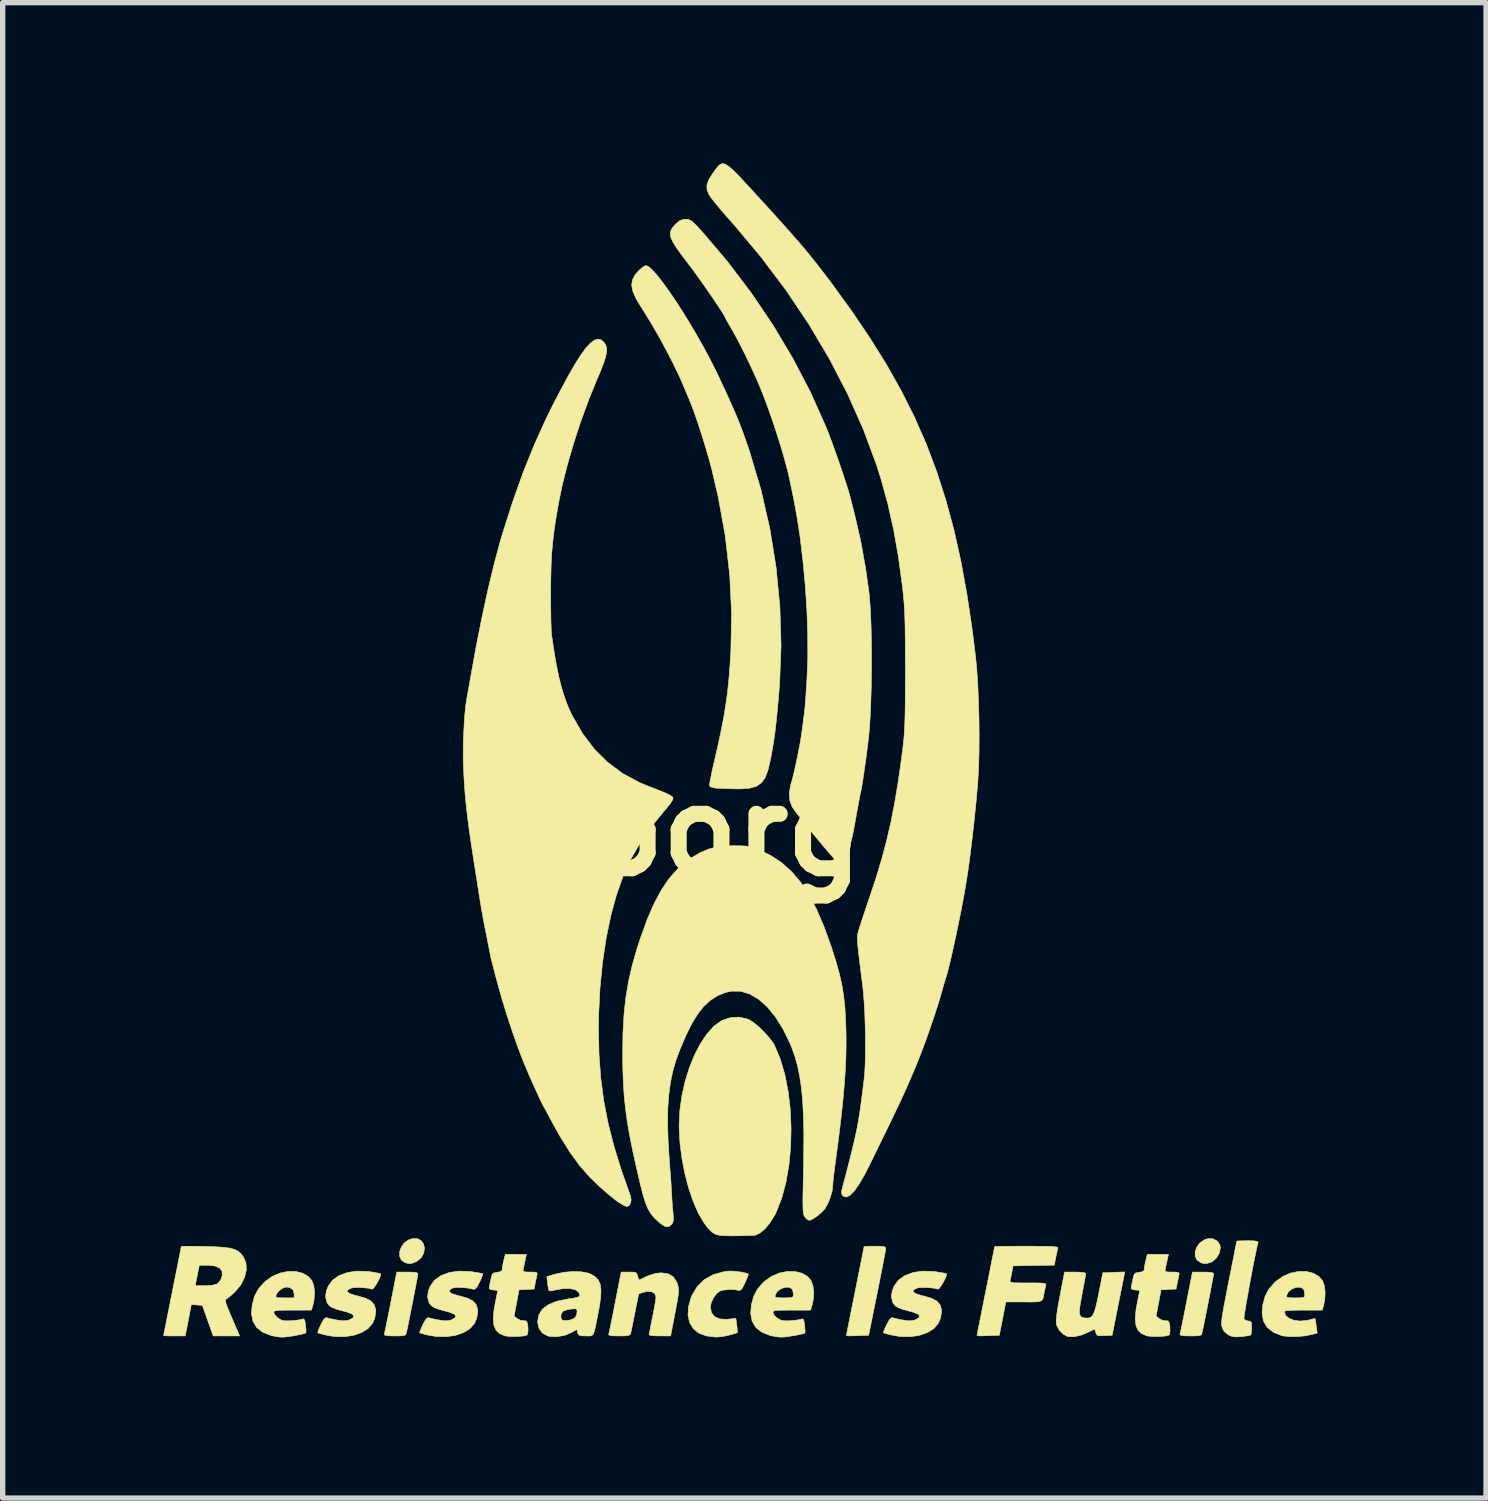
<source format=kicad_pcb>
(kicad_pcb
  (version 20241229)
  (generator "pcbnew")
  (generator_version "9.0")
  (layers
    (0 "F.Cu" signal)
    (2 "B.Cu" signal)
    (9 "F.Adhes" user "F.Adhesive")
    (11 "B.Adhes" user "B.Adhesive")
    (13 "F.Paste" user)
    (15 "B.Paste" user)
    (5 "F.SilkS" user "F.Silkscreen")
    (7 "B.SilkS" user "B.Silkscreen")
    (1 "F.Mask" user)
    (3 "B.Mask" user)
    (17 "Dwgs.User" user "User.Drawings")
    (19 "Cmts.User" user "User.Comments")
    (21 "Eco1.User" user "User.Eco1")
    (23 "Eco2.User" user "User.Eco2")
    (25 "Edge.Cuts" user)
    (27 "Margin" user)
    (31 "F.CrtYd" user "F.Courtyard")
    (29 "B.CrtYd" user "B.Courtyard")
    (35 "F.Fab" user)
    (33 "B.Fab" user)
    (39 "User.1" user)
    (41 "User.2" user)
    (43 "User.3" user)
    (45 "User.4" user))
  (footprint "borg"
    (layer "F.Cu")
    (at 10.495 12.475)
    (property "Reference" "borg" (at 0 0 0) (layer "F.SilkS") (effects (font (size 1.524 1.524) (thickness 0.3))))
    (attr through_hole)
    (fp_poly (pts (xy -5.745 7.608) (xy -5.676 7.646) (xy -5.633 7.71) (xy -5.618 7.79) (xy -5.632 7.875) (xy -5.675 7.956) (xy -5.751 8.022) (xy -5.781 8.039) (xy -5.86 8.069) (xy -5.923 8.071) (xy -5.986 8.052) (xy -6.052 8.003) (xy -6.083 7.932) (xy -6.081 7.848) (xy -6.051 7.763) (xy -5.996 7.687) (xy -5.918 7.63) (xy -5.839 7.604) (xy -5.745 7.608)) (stroke (width 0.01) (type solid)) (fill yes) (layer "F.SilkS"))
    (fp_poly (pts (xy 9.113 7.61) (xy 9.189 7.653) (xy 9.236 7.723) (xy 9.246 7.778) (xy 9.225 7.876) (xy 9.171 7.967) (xy 9.097 8.034) (xy 9.063 8.05) (xy 8.99 8.071) (xy 8.935 8.072) (xy 8.873 8.052) (xy 8.805 8.002) (xy 8.774 7.931) (xy 8.775 7.848) (xy 8.805 7.763) (xy 8.861 7.687) (xy 8.94 7.63) (xy 9.019 7.604) (xy 9.113 7.61)) (stroke (width 0.01) (type solid)) (fill yes) (layer "F.SilkS"))
    (fp_poly (pts (xy -5.832 8.232) (xy -5.769 8.24) (xy -5.742 8.255) (xy -5.74 8.263) (xy -5.745 8.295) (xy -5.758 8.368) (xy -5.778 8.473) (xy -5.802 8.6) (xy -5.83 8.742) (xy -5.859 8.889) (xy -5.887 9.031) (xy -5.913 9.161) (xy -5.935 9.268) (xy -5.952 9.345) (xy -5.956 9.366) (xy -5.967 9.395) (xy -5.989 9.412) (xy -6.033 9.42) (xy -6.11 9.423) (xy -6.175 9.423) (xy -6.282 9.421) (xy -6.345 9.414) (xy -6.369 9.401) (xy -6.369 9.392) (xy -6.361 9.358) (xy -6.345 9.283) (xy -6.322 9.173) (xy -6.294 9.035) (xy -6.263 8.878) (xy -6.247 8.795) (xy -6.136 8.23) (xy -5.938 8.23) (xy -5.832 8.232)) (stroke (width 0.01) (type solid)) (fill yes) (layer "F.SilkS"))
    (fp_poly (pts (xy 9.027 8.232) (xy 9.09 8.24) (xy 9.117 8.255) (xy 9.119 8.263) (xy 9.114 8.295) (xy 9.101 8.368) (xy 9.081 8.473) (xy 9.057 8.6) (xy 9.029 8.742) (xy 9 8.889) (xy 8.972 9.031) (xy 8.946 9.161) (xy 8.924 9.268) (xy 8.907 9.345) (xy 8.903 9.366) (xy 8.892 9.395) (xy 8.87 9.412) (xy 8.826 9.42) (xy 8.749 9.423) (xy 8.684 9.423) (xy 8.577 9.421) (xy 8.514 9.414) (xy 8.49 9.401) (xy 8.49 9.392) (xy 8.498 9.358) (xy 8.514 9.283) (xy 8.537 9.173) (xy 8.565 9.035) (xy 8.596 8.878) (xy 8.612 8.795) (xy 8.723 8.23) (xy 8.921 8.23) (xy 9.027 8.232)) (stroke (width 0.01) (type solid)) (fill yes) (layer "F.SilkS"))
    (fp_poly (pts (xy 2.896 7.748) (xy 2.957 7.754) (xy 2.987 7.765) (xy 2.996 7.786) (xy 2.996 7.791) (xy 2.991 7.827) (xy 2.977 7.905) (xy 2.955 8.021) (xy 2.927 8.167) (xy 2.893 8.337) (xy 2.856 8.526) (xy 2.836 8.623) (xy 2.677 9.411) (xy 2.469 9.418) (xy 2.373 9.421) (xy 2.301 9.421) (xy 2.263 9.418) (xy 2.261 9.417) (xy 2.265 9.391) (xy 2.279 9.321) (xy 2.3 9.213) (xy 2.328 9.073) (xy 2.361 8.906) (xy 2.399 8.72) (xy 2.426 8.585) (xy 2.465 8.388) (xy 2.501 8.207) (xy 2.533 8.049) (xy 2.559 7.919) (xy 2.578 7.823) (xy 2.589 7.767) (xy 2.591 7.754) (xy 2.614 7.751) (xy 2.676 7.748) (xy 2.765 7.747) (xy 2.794 7.747) (xy 2.896 7.748)) (stroke (width 0.01) (type solid)) (fill yes) (layer "F.SilkS"))
    (fp_poly (pts (xy 0.183 8.216) (xy 0.274 8.227) (xy 0.355 8.242) (xy 0.412 8.258) (xy 0.432 8.273) (xy 0.422 8.301) (xy 0.397 8.363) (xy 0.365 8.437) (xy 0.323 8.52) (xy 0.292 8.563) (xy 0.262 8.574) (xy 0.253 8.572) (xy 0.169 8.558) (xy 0.062 8.557) (xy -0.04 8.568) (xy -0.1 8.585) (xy -0.162 8.631) (xy -0.22 8.71) (xy -0.263 8.8) (xy -0.279 8.884) (xy -0.259 8.989) (xy -0.199 9.063) (xy -0.103 9.105) (xy 0.027 9.113) (xy 0.061 9.109) (xy 0.197 9.094) (xy 0.214 9.223) (xy 0.222 9.298) (xy 0.224 9.349) (xy 0.222 9.362) (xy 0.195 9.372) (xy 0.133 9.391) (xy 0.063 9.41) (xy -0.064 9.437) (xy -0.176 9.444) (xy -0.297 9.431) (xy -0.356 9.421) (xy -0.493 9.372) (xy -0.597 9.288) (xy -0.666 9.175) (xy -0.697 9.038) (xy -0.689 8.881) (xy -0.64 8.709) (xy -0.621 8.663) (xy -0.523 8.498) (xy -0.392 8.37) (xy -0.228 8.279) (xy -0.027 8.223) (xy 0.027 8.214) (xy 0.096 8.211) (xy 0.183 8.216)) (stroke (width 0.01) (type solid)) (fill yes) (layer "F.SilkS"))
    (fp_poly (pts (xy 7.342 8.819) (xy 7.224 9.411) (xy 7.08 9.418) (xy 6.998 9.421) (xy 6.953 9.415) (xy 6.931 9.394) (xy 6.92 9.361) (xy 6.905 9.313) (xy 6.896 9.296) (xy 6.871 9.307) (xy 6.815 9.334) (xy 6.765 9.359) (xy 6.642 9.409) (xy 6.518 9.436) (xy 6.411 9.436) (xy 6.388 9.432) (xy 6.31 9.39) (xy 6.238 9.316) (xy 6.19 9.229) (xy 6.181 9.197) (xy 6.179 9.125) (xy 6.192 9.004) (xy 6.219 8.834) (xy 6.25 8.668) (xy 6.335 8.23) (xy 6.533 8.23) (xy 6.645 8.233) (xy 6.71 8.243) (xy 6.731 8.26) (xy 6.726 8.295) (xy 6.713 8.369) (xy 6.694 8.474) (xy 6.67 8.599) (xy 6.662 8.642) (xy 6.633 8.799) (xy 6.616 8.913) (xy 6.613 8.992) (xy 6.625 9.042) (xy 6.652 9.071) (xy 6.696 9.085) (xy 6.721 9.088) (xy 6.777 9.089) (xy 6.822 9.076) (xy 6.858 9.042) (xy 6.889 8.98) (xy 6.918 8.885) (xy 6.949 8.751) (xy 6.973 8.632) (xy 7.05 8.242) (xy 7.255 8.235) (xy 7.46 8.228) (xy 7.342 8.819)) (stroke (width 0.01) (type solid)) (fill yes) (layer "F.SilkS"))
    (fp_poly (pts (xy 0.402 3.5) (xy 0.445 3.518) (xy 0.527 3.57) (xy 0.626 3.652) (xy 0.728 3.752) (xy 0.821 3.856) (xy 0.893 3.952) (xy 0.917 3.993) (xy 1.026 4.25) (xy 1.112 4.542) (xy 1.174 4.86) (xy 1.213 5.196) (xy 1.228 5.542) (xy 1.22 5.888) (xy 1.189 6.225) (xy 1.134 6.546) (xy 1.056 6.842) (xy 0.954 7.104) (xy 0.922 7.168) (xy 0.838 7.305) (xy 0.745 7.418) (xy 0.65 7.499) (xy 0.561 7.541) (xy 0.528 7.546) (xy 0.319 7.551) (xy 0.157 7.554) (xy 0.035 7.553) (xy -0.052 7.55) (xy -0.102 7.545) (xy -0.18 7.525) (xy -0.246 7.488) (xy -0.313 7.423) (xy -0.389 7.324) (xy -0.402 7.305) (xy -0.505 7.13) (xy -0.599 6.914) (xy -0.683 6.667) (xy -0.754 6.398) (xy -0.809 6.117) (xy -0.846 5.834) (xy -0.862 5.558) (xy -0.863 5.488) (xy -0.85 5.213) (xy -0.811 4.938) (xy -0.751 4.669) (xy -0.671 4.412) (xy -0.575 4.175) (xy -0.464 3.962) (xy -0.341 3.78) (xy -0.21 3.636) (xy -0.072 3.536) (xy -0.06 3.53) (xy 0.089 3.48) (xy 0.249 3.469) (xy 0.402 3.5)) (stroke (width 0.01) (type solid)) (fill yes) (layer "F.SilkS"))
    (fp_poly (pts (xy 9.863 7.647) (xy 9.925 7.655) (xy 9.95 7.667) (xy 9.95 7.677) (xy 9.937 7.724) (xy 9.918 7.811) (xy 9.893 7.928) (xy 9.865 8.069) (xy 9.835 8.226) (xy 9.804 8.39) (xy 9.774 8.555) (xy 9.746 8.711) (xy 9.721 8.852) (xy 9.702 8.968) (xy 9.69 9.053) (xy 9.685 9.099) (xy 9.686 9.104) (xy 9.72 9.134) (xy 9.766 9.144) (xy 9.804 9.148) (xy 9.823 9.169) (xy 9.829 9.22) (xy 9.83 9.27) (xy 9.826 9.344) (xy 9.817 9.396) (xy 9.81 9.407) (xy 9.776 9.416) (xy 9.707 9.427) (xy 9.638 9.436) (xy 9.535 9.441) (xy 9.459 9.431) (xy 9.398 9.406) (xy 9.317 9.342) (xy 9.279 9.267) (xy 9.271 9.236) (xy 9.267 9.198) (xy 9.269 9.147) (xy 9.276 9.078) (xy 9.291 8.985) (xy 9.313 8.861) (xy 9.343 8.702) (xy 9.382 8.501) (xy 9.399 8.416) (xy 9.437 8.227) (xy 9.471 8.055) (xy 9.501 7.906) (xy 9.524 7.785) (xy 9.541 7.7) (xy 9.55 7.656) (xy 9.55 7.652) (xy 9.574 7.649) (xy 9.636 7.647) (xy 9.725 7.645) (xy 9.756 7.645) (xy 9.863 7.647)) (stroke (width 0.01) (type solid)) (fill yes) (layer "F.SilkS"))
    (fp_poly (pts (xy -3.737 8.007) (xy -3.754 8.089) (xy -3.77 8.159) (xy -3.773 8.172) (xy -3.776 8.205) (xy -3.761 8.222) (xy -3.716 8.229) (xy -3.645 8.23) (xy -3.565 8.231) (xy -3.525 8.239) (xy -3.513 8.258) (xy -3.518 8.287) (xy -3.531 8.349) (xy -3.548 8.43) (xy -3.551 8.445) (xy -3.571 8.547) (xy -3.711 8.555) (xy -3.852 8.562) (xy -3.944 9.051) (xy -3.885 9.1) (xy -3.822 9.132) (xy -3.769 9.137) (xy -3.719 9.143) (xy -3.698 9.18) (xy -3.686 9.25) (xy -3.684 9.324) (xy -3.691 9.384) (xy -3.703 9.407) (xy -3.751 9.421) (xy -3.832 9.43) (xy -3.929 9.434) (xy -4.025 9.432) (xy -4.101 9.424) (xy -4.119 9.42) (xy -4.216 9.379) (xy -4.283 9.315) (xy -4.322 9.224) (xy -4.333 9.101) (xy -4.32 8.94) (xy -4.298 8.814) (xy -4.25 8.572) (xy -4.335 8.565) (xy -4.392 8.554) (xy -4.41 8.531) (xy -4.407 8.501) (xy -4.394 8.44) (xy -4.377 8.359) (xy -4.374 8.344) (xy -4.357 8.278) (xy -4.33 8.248) (xy -4.277 8.236) (xy -4.26 8.234) (xy -4.195 8.223) (xy -4.169 8.198) (xy -4.166 8.176) (xy -4.16 8.12) (xy -4.144 8.042) (xy -4.137 8.012) (xy -4.109 7.899) (xy -3.714 7.899) (xy -3.737 8.007)) (stroke (width 0.01) (type solid)) (fill yes) (layer "F.SilkS"))
    (fp_poly (pts (xy 8.252 8.007) (xy 8.234 8.089) (xy 8.219 8.159) (xy 8.216 8.172) (xy 8.212 8.205) (xy 8.228 8.222) (xy 8.273 8.229) (xy 8.344 8.23) (xy 8.424 8.231) (xy 8.464 8.239) (xy 8.476 8.258) (xy 8.471 8.287) (xy 8.458 8.349) (xy 8.441 8.43) (xy 8.438 8.445) (xy 8.418 8.547) (xy 8.277 8.555) (xy 8.137 8.562) (xy 8.045 9.051) (xy 8.104 9.1) (xy 8.167 9.132) (xy 8.22 9.137) (xy 8.27 9.143) (xy 8.291 9.18) (xy 8.302 9.25) (xy 8.305 9.324) (xy 8.298 9.384) (xy 8.286 9.407) (xy 8.238 9.421) (xy 8.157 9.43) (xy 8.059 9.434) (xy 7.964 9.432) (xy 7.888 9.424) (xy 7.87 9.42) (xy 7.773 9.379) (xy 7.706 9.315) (xy 7.667 9.224) (xy 7.655 9.101) (xy 7.669 8.94) (xy 7.691 8.814) (xy 7.739 8.572) (xy 7.654 8.565) (xy 7.597 8.554) (xy 7.578 8.531) (xy 7.582 8.501) (xy 7.595 8.44) (xy 7.612 8.359) (xy 7.615 8.344) (xy 7.632 8.278) (xy 7.659 8.248) (xy 7.712 8.236) (xy 7.729 8.234) (xy 7.793 8.223) (xy 7.82 8.198) (xy 7.823 8.176) (xy 7.829 8.12) (xy 7.845 8.042) (xy 7.852 8.012) (xy 7.88 7.899) (xy 8.275 7.899) (xy 8.252 8.007)) (stroke (width 0.01) (type solid)) (fill yes) (layer "F.SilkS"))
    (fp_poly (pts (xy -1.718 8.231) (xy -1.673 8.24) (xy -1.651 8.263) (xy -1.638 8.306) (xy -1.638 8.307) (xy -1.622 8.358) (xy -1.605 8.376) (xy -1.604 8.376) (xy -1.441 8.298) (xy -1.302 8.255) (xy -1.202 8.244) (xy -1.073 8.26) (xy -0.978 8.313) (xy -0.912 8.406) (xy -0.892 8.458) (xy -0.88 8.501) (xy -0.873 8.546) (xy -0.873 8.599) (xy -0.881 8.671) (xy -0.897 8.77) (xy -0.922 8.906) (xy -0.939 8.995) (xy -1.021 9.423) (xy -1.222 9.423) (xy -1.316 9.421) (xy -1.386 9.414) (xy -1.421 9.404) (xy -1.422 9.401) (xy -1.418 9.369) (xy -1.404 9.298) (xy -1.385 9.197) (xy -1.361 9.078) (xy -1.359 9.068) (xy -1.334 8.943) (xy -1.314 8.831) (xy -1.301 8.745) (xy -1.295 8.696) (xy -1.295 8.695) (xy -1.317 8.634) (xy -1.374 8.599) (xy -1.46 8.594) (xy -1.52 8.606) (xy -1.618 8.636) (xy -1.687 8.985) (xy -1.713 9.115) (xy -1.736 9.23) (xy -1.755 9.319) (xy -1.767 9.372) (xy -1.768 9.379) (xy -1.782 9.402) (xy -1.815 9.415) (xy -1.877 9.422) (xy -1.979 9.423) (xy -1.986 9.423) (xy -2.092 9.421) (xy -2.154 9.414) (xy -2.178 9.401) (xy -2.178 9.392) (xy -2.17 9.358) (xy -2.154 9.283) (xy -2.131 9.173) (xy -2.103 9.035) (xy -2.072 8.878) (xy -2.056 8.795) (xy -1.945 8.23) (xy -1.8 8.23) (xy -1.718 8.231)) (stroke (width 0.01) (type solid)) (fill yes) (layer "F.SilkS"))
    (fp_poly (pts (xy 10.852 8.219) (xy 10.982 8.252) (xy 11.089 8.316) (xy 11.152 8.39) (xy 11.186 8.482) (xy 11.201 8.604) (xy 11.195 8.737) (xy 11.175 8.846) (xy 11.148 8.941) (xy 10.794 8.941) (xy 10.664 8.942) (xy 10.556 8.947) (xy 10.479 8.953) (xy 10.442 8.961) (xy 10.439 8.964) (xy 10.462 9.038) (xy 10.525 9.094) (xy 10.619 9.131) (xy 10.735 9.145) (xy 10.864 9.133) (xy 10.92 9.119) (xy 10.979 9.104) (xy 11.011 9.099) (xy 11.013 9.1) (xy 11.019 9.126) (xy 11.028 9.187) (xy 11.036 9.238) (xy 11.053 9.369) (xy 10.956 9.396) (xy 10.823 9.422) (xy 10.675 9.435) (xy 10.531 9.435) (xy 10.411 9.422) (xy 10.385 9.415) (xy 10.23 9.352) (xy 10.118 9.262) (xy 10.05 9.146) (xy 10.023 9.001) (xy 10.037 8.842) (xy 10.078 8.688) (xy 10.48 8.688) (xy 10.494 8.703) (xy 10.537 8.71) (xy 10.618 8.712) (xy 10.645 8.712) (xy 10.737 8.711) (xy 10.789 8.706) (xy 10.813 8.692) (xy 10.82 8.664) (xy 10.82 8.641) (xy 10.81 8.578) (xy 10.79 8.539) (xy 10.73 8.512) (xy 10.654 8.517) (xy 10.576 8.55) (xy 10.513 8.603) (xy 10.483 8.661) (xy 10.48 8.688) (xy 10.078 8.688) (xy 10.08 8.682) (xy 10.149 8.55) (xy 10.255 8.429) (xy 10.284 8.402) (xy 10.415 8.309) (xy 10.559 8.248) (xy 10.708 8.218) (xy 10.852 8.219)) (stroke (width 0.01) (type solid)) (fill yes) (layer "F.SilkS"))
    (fp_poly (pts (xy 5.822 7.748) (xy 5.973 7.749) (xy 6.082 7.753) (xy 6.155 7.758) (xy 6.197 7.766) (xy 6.211 7.775) (xy 6.211 7.779) (xy 6.201 7.82) (xy 6.185 7.893) (xy 6.172 7.956) (xy 6.143 8.101) (xy 5.759 8.108) (xy 5.374 8.115) (xy 5.354 8.217) (xy 5.338 8.298) (xy 5.323 8.366) (xy 5.321 8.376) (xy 5.317 8.399) (xy 5.323 8.414) (xy 5.346 8.424) (xy 5.393 8.43) (xy 5.474 8.432) (xy 5.595 8.433) (xy 5.653 8.433) (xy 5.791 8.433) (xy 5.886 8.435) (xy 5.946 8.44) (xy 5.977 8.449) (xy 5.987 8.462) (xy 5.985 8.477) (xy 5.972 8.532) (xy 5.957 8.606) (xy 5.956 8.611) (xy 5.943 8.682) (xy 5.93 8.731) (xy 5.908 8.762) (xy 5.868 8.779) (xy 5.802 8.787) (xy 5.701 8.789) (xy 5.577 8.788) (xy 5.239 8.788) (xy 5.117 9.411) (xy 4.908 9.418) (xy 4.812 9.421) (xy 4.739 9.421) (xy 4.702 9.418) (xy 4.699 9.417) (xy 4.704 9.391) (xy 4.717 9.321) (xy 4.739 9.213) (xy 4.767 9.073) (xy 4.8 8.906) (xy 4.837 8.72) (xy 4.864 8.585) (xy 4.904 8.388) (xy 4.94 8.207) (xy 4.971 8.049) (xy 4.997 7.919) (xy 5.016 7.823) (xy 5.027 7.767) (xy 5.029 7.754) (xy 5.053 7.752) (xy 5.121 7.75) (xy 5.226 7.749) (xy 5.361 7.748) (xy 5.518 7.747) (xy 5.625 7.747) (xy 5.822 7.748)) (stroke (width 0.01) (type solid)) (fill yes) (layer "F.SilkS"))
    (fp_poly (pts (xy -6.685 8.218) (xy -6.642 8.223) (xy -6.548 8.238) (xy -6.476 8.251) (xy -6.438 8.261) (xy -6.436 8.262) (xy -6.437 8.292) (xy -6.459 8.349) (xy -6.494 8.417) (xy -6.533 8.483) (xy -6.569 8.532) (xy -6.594 8.549) (xy -6.595 8.549) (xy -6.665 8.532) (xy -6.76 8.522) (xy -6.861 8.518) (xy -6.947 8.522) (xy -6.991 8.532) (xy -7.051 8.564) (xy -7.06 8.597) (xy -7.019 8.629) (xy -6.927 8.661) (xy -6.865 8.676) (xy -6.719 8.718) (xy -6.618 8.771) (xy -6.557 8.839) (xy -6.53 8.927) (xy -6.528 8.971) (xy -6.546 9.086) (xy -6.585 9.182) (xy -6.669 9.282) (xy -6.79 9.359) (xy -6.941 9.412) (xy -7.114 9.437) (xy -7.298 9.434) (xy -7.439 9.411) (xy -7.524 9.391) (xy -7.586 9.374) (xy -7.612 9.364) (xy -7.607 9.337) (xy -7.584 9.279) (xy -7.552 9.21) (xy -7.507 9.127) (xy -7.472 9.087) (xy -7.443 9.082) (xy -7.398 9.095) (xy -7.322 9.112) (xy -7.249 9.126) (xy -7.146 9.14) (xy -7.072 9.137) (xy -7.013 9.12) (xy -6.951 9.083) (xy -6.939 9.047) (xy -6.977 9.012) (xy -7.065 8.977) (xy -7.123 8.962) (xy -7.252 8.927) (xy -7.339 8.894) (xy -7.396 8.858) (xy -7.432 8.813) (xy -7.439 8.797) (xy -7.466 8.693) (xy -7.45 8.58) (xy -7.414 8.491) (xy -7.334 8.381) (xy -7.214 8.296) (xy -7.062 8.239) (xy -6.883 8.212) (xy -6.685 8.218)) (stroke (width 0.01) (type solid)) (fill yes) (layer "F.SilkS"))
    (fp_poly (pts (xy -4.78 8.218) (xy -4.737 8.223) (xy -4.643 8.238) (xy -4.571 8.251) (xy -4.533 8.261) (xy -4.531 8.262) (xy -4.535 8.29) (xy -4.557 8.348) (xy -4.589 8.418) (xy -4.632 8.498) (xy -4.664 8.54) (xy -4.695 8.552) (xy -4.712 8.549) (xy -4.82 8.528) (xy -4.931 8.518) (xy -5.027 8.517) (xy -5.093 8.529) (xy -5.101 8.532) (xy -5.15 8.569) (xy -5.152 8.602) (xy -5.106 8.633) (xy -5.012 8.664) (xy -4.96 8.676) (xy -4.814 8.718) (xy -4.713 8.771) (xy -4.652 8.839) (xy -4.625 8.927) (xy -4.623 8.971) (xy -4.641 9.086) (xy -4.68 9.182) (xy -4.764 9.282) (xy -4.885 9.359) (xy -5.036 9.412) (xy -5.209 9.437) (xy -5.393 9.434) (xy -5.534 9.411) (xy -5.619 9.391) (xy -5.681 9.374) (xy -5.707 9.364) (xy -5.702 9.337) (xy -5.679 9.279) (xy -5.647 9.21) (xy -5.602 9.127) (xy -5.567 9.087) (xy -5.538 9.082) (xy -5.493 9.095) (xy -5.417 9.112) (xy -5.344 9.126) (xy -5.241 9.14) (xy -5.167 9.137) (xy -5.108 9.12) (xy -5.046 9.083) (xy -5.034 9.047) (xy -5.072 9.012) (xy -5.16 8.977) (xy -5.218 8.962) (xy -5.347 8.927) (xy -5.434 8.894) (xy -5.491 8.858) (xy -5.527 8.813) (xy -5.534 8.797) (xy -5.561 8.693) (xy -5.545 8.58) (xy -5.509 8.491) (xy -5.429 8.381) (xy -5.309 8.296) (xy -5.157 8.239) (xy -4.978 8.212) (xy -4.78 8.218)) (stroke (width 0.01) (type solid)) (fill yes) (layer "F.SilkS"))
    (fp_poly (pts (xy 3.882 8.218) (xy 3.924 8.223) (xy 4.018 8.238) (xy 4.091 8.251) (xy 4.128 8.261) (xy 4.131 8.262) (xy 4.129 8.292) (xy 4.107 8.349) (xy 4.073 8.417) (xy 4.033 8.483) (xy 3.997 8.532) (xy 3.972 8.549) (xy 3.971 8.549) (xy 3.901 8.532) (xy 3.806 8.522) (xy 3.705 8.518) (xy 3.619 8.522) (xy 3.575 8.532) (xy 3.515 8.564) (xy 3.506 8.597) (xy 3.548 8.629) (xy 3.64 8.661) (xy 3.701 8.676) (xy 3.847 8.718) (xy 3.948 8.771) (xy 4.009 8.839) (xy 4.036 8.927) (xy 4.038 8.971) (xy 4.02 9.086) (xy 3.981 9.182) (xy 3.898 9.282) (xy 3.776 9.359) (xy 3.625 9.412) (xy 3.453 9.437) (xy 3.268 9.434) (xy 3.127 9.411) (xy 3.043 9.391) (xy 2.98 9.374) (xy 2.955 9.364) (xy 2.959 9.337) (xy 2.982 9.279) (xy 3.014 9.21) (xy 3.06 9.127) (xy 3.095 9.087) (xy 3.123 9.082) (xy 3.168 9.095) (xy 3.245 9.112) (xy 3.318 9.126) (xy 3.42 9.14) (xy 3.494 9.137) (xy 3.554 9.12) (xy 3.616 9.083) (xy 3.628 9.047) (xy 3.589 9.012) (xy 3.501 8.977) (xy 3.443 8.962) (xy 3.315 8.927) (xy 3.227 8.894) (xy 3.17 8.858) (xy 3.135 8.813) (xy 3.127 8.797) (xy 3.101 8.693) (xy 3.117 8.58) (xy 3.152 8.491) (xy 3.233 8.381) (xy 3.352 8.296) (xy 3.505 8.239) (xy 3.683 8.212) (xy 3.882 8.218)) (stroke (width 0.01) (type solid)) (fill yes) (layer "F.SilkS"))
    (fp_poly (pts (xy -8.021 8.219) (xy -7.89 8.252) (xy -7.783 8.316) (xy -7.721 8.39) (xy -7.685 8.484) (xy -7.671 8.607) (xy -7.679 8.741) (xy -7.7 8.843) (xy -7.73 8.941) (xy -8.081 8.941) (xy -8.224 8.942) (xy -8.323 8.944) (xy -8.386 8.95) (xy -8.42 8.96) (xy -8.432 8.973) (xy -8.433 8.979) (xy -8.411 9.033) (xy -8.358 9.087) (xy -8.288 9.127) (xy -8.266 9.134) (xy -8.198 9.141) (xy -8.102 9.139) (xy -8.002 9.129) (xy -7.919 9.114) (xy -7.897 9.107) (xy -7.871 9.106) (xy -7.854 9.135) (xy -7.84 9.204) (xy -7.838 9.222) (xy -7.831 9.298) (xy -7.83 9.352) (xy -7.834 9.367) (xy -7.868 9.38) (xy -7.938 9.397) (xy -8.028 9.415) (xy -8.125 9.431) (xy -8.214 9.442) (xy -8.279 9.446) (xy -8.28 9.446) (xy -8.362 9.439) (xy -8.457 9.421) (xy -8.487 9.414) (xy -8.641 9.352) (xy -8.753 9.264) (xy -8.822 9.147) (xy -8.849 9.002) (xy -8.835 8.842) (xy -8.794 8.688) (xy -8.392 8.688) (xy -8.378 8.703) (xy -8.335 8.71) (xy -8.254 8.712) (xy -8.227 8.712) (xy -8.052 8.712) (xy -8.052 8.637) (xy -8.073 8.563) (xy -8.133 8.519) (xy -8.199 8.509) (xy -8.264 8.529) (xy -8.331 8.577) (xy -8.38 8.638) (xy -8.389 8.661) (xy -8.392 8.688) (xy -8.794 8.688) (xy -8.792 8.682) (xy -8.723 8.55) (xy -8.617 8.429) (xy -8.588 8.402) (xy -8.458 8.309) (xy -8.313 8.248) (xy -8.165 8.218) (xy -8.021 8.219)) (stroke (width 0.01) (type solid)) (fill yes) (layer "F.SilkS"))
    (fp_poly (pts (xy -9.968 7.748) (xy -9.84 7.749) (xy -9.709 7.752) (xy -9.515 7.758) (xy -9.364 7.768) (xy -9.249 7.784) (xy -9.162 7.808) (xy -9.097 7.842) (xy -9.044 7.888) (xy -8.999 7.948) (xy -8.951 8.062) (xy -8.945 8.193) (xy -8.978 8.331) (xy -9.047 8.468) (xy -9.141 8.583) (xy -9.21 8.648) (xy -9.27 8.7) (xy -9.305 8.725) (xy -9.322 8.736) (xy -9.332 8.752) (xy -9.333 8.778) (xy -9.322 8.821) (xy -9.298 8.888) (xy -9.258 8.985) (xy -9.201 9.118) (xy -9.16 9.214) (xy -9.07 9.423) (xy -9.564 9.423) (xy -9.766 8.852) (xy -9.87 8.844) (xy -9.973 8.837) (xy -10.005 9.009) (xy -10.026 9.12) (xy -10.048 9.232) (xy -10.062 9.303) (xy -10.088 9.423) (xy -10.289 9.423) (xy -10.383 9.423) (xy -10.453 9.42) (xy -10.488 9.417) (xy -10.49 9.416) (xy -10.485 9.39) (xy -10.472 9.32) (xy -10.45 9.213) (xy -10.423 9.073) (xy -10.389 8.906) (xy -10.352 8.72) (xy -10.325 8.585) (xy -10.305 8.484) (xy -9.899 8.484) (xy -9.717 8.484) (xy -9.587 8.477) (xy -9.501 8.456) (xy -9.482 8.446) (xy -9.425 8.38) (xy -9.395 8.295) (xy -9.4 8.212) (xy -9.401 8.21) (xy -9.446 8.152) (xy -9.532 8.117) (xy -9.661 8.103) (xy -9.688 8.103) (xy -9.823 8.103) (xy -9.899 8.484) (xy -10.305 8.484) (xy -10.286 8.388) (xy -10.249 8.207) (xy -10.218 8.048) (xy -10.192 7.918) (xy -10.173 7.821) (xy -10.162 7.765) (xy -10.16 7.752) (xy -10.136 7.749) (xy -10.069 7.748) (xy -9.968 7.748)) (stroke (width 0.01) (type solid)) (fill yes) (layer "F.SilkS"))
    (fp_poly (pts (xy 1.301 8.219) (xy 1.432 8.252) (xy 1.539 8.316) (xy 1.601 8.39) (xy 1.636 8.484) (xy 1.651 8.607) (xy 1.643 8.741) (xy 1.622 8.843) (xy 1.592 8.941) (xy 1.241 8.941) (xy 1.098 8.942) (xy 0.999 8.944) (xy 0.936 8.95) (xy 0.902 8.96) (xy 0.89 8.973) (xy 0.889 8.979) (xy 0.91 9.033) (xy 0.964 9.087) (xy 1.034 9.127) (xy 1.056 9.134) (xy 1.124 9.141) (xy 1.22 9.139) (xy 1.32 9.129) (xy 1.402 9.114) (xy 1.425 9.107) (xy 1.45 9.106) (xy 1.467 9.135) (xy 1.479 9.204) (xy 1.482 9.224) (xy 1.488 9.301) (xy 1.489 9.354) (xy 1.486 9.369) (xy 1.453 9.381) (xy 1.384 9.398) (xy 1.294 9.415) (xy 1.198 9.43) (xy 1.11 9.442) (xy 1.045 9.446) (xy 1.041 9.446) (xy 0.96 9.439) (xy 0.865 9.421) (xy 0.834 9.414) (xy 0.68 9.352) (xy 0.569 9.264) (xy 0.5 9.147) (xy 0.473 9.002) (xy 0.487 8.842) (xy 0.528 8.688) (xy 0.929 8.688) (xy 0.944 8.703) (xy 0.987 8.71) (xy 1.068 8.712) (xy 1.095 8.712) (xy 1.187 8.711) (xy 1.239 8.706) (xy 1.263 8.692) (xy 1.27 8.664) (xy 1.27 8.641) (xy 1.26 8.578) (xy 1.24 8.539) (xy 1.18 8.512) (xy 1.103 8.517) (xy 1.026 8.55) (xy 0.963 8.603) (xy 0.933 8.661) (xy 0.929 8.688) (xy 0.528 8.688) (xy 0.53 8.682) (xy 0.599 8.55) (xy 0.704 8.429) (xy 0.734 8.402) (xy 0.864 8.309) (xy 1.008 8.248) (xy 1.157 8.218) (xy 1.301 8.219)) (stroke (width 0.01) (type solid)) (fill yes) (layer "F.SilkS"))
    (fp_poly (pts (xy -2.696 8.224) (xy -2.566 8.248) (xy -2.521 8.265) (xy -2.436 8.313) (xy -2.375 8.374) (xy -2.337 8.454) (xy -2.322 8.559) (xy -2.327 8.696) (xy -2.351 8.871) (xy -2.374 8.992) (xy -2.404 9.148) (xy -2.427 9.262) (xy -2.447 9.339) (xy -2.465 9.387) (xy -2.488 9.413) (xy -2.517 9.423) (xy -2.557 9.424) (xy -2.605 9.423) (xy -2.685 9.421) (xy -2.729 9.41) (xy -2.75 9.386) (xy -2.757 9.363) (xy -2.773 9.302) (xy -2.883 9.364) (xy -3.008 9.414) (xy -3.148 9.437) (xy -3.279 9.432) (xy -3.319 9.422) (xy -3.417 9.368) (xy -3.481 9.279) (xy -3.505 9.164) (xy -3.505 9.157) (xy -3.49 9.072) (xy -3.072 9.072) (xy -3.055 9.118) (xy -3.042 9.128) (xy -2.98 9.137) (xy -2.902 9.126) (xy -2.833 9.101) (xy -2.8 9.076) (xy -2.775 9.016) (xy -2.769 8.971) (xy -2.772 8.933) (xy -2.793 8.917) (xy -2.844 8.918) (xy -2.883 8.922) (xy -2.961 8.936) (xy -3.022 8.958) (xy -3.035 8.966) (xy -3.065 9.013) (xy -3.072 9.072) (xy -3.49 9.072) (xy -3.482 9.028) (xy -3.414 8.921) (xy -3.3 8.836) (xy -3.14 8.773) (xy -2.938 8.732) (xy -2.83 8.716) (xy -2.763 8.701) (xy -2.729 8.684) (xy -2.718 8.662) (xy -2.718 8.658) (xy -2.741 8.601) (xy -2.804 8.56) (xy -2.899 8.539) (xy -3.018 8.538) (xy -3.154 8.56) (xy -3.165 8.563) (xy -3.235 8.578) (xy -3.282 8.582) (xy -3.291 8.579) (xy -3.301 8.549) (xy -3.313 8.485) (xy -3.319 8.44) (xy -3.333 8.314) (xy -3.172 8.267) (xy -3.014 8.234) (xy -2.851 8.22) (xy -2.696 8.224)) (stroke (width 0.01) (type solid)) (fill yes) (layer "F.SilkS"))
    (fp_poly (pts (xy -1.431 -10.545) (xy -1.361 -10.482) (xy -1.273 -10.384) (xy -1.171 -10.253) (xy -1.057 -10.096) (xy -0.934 -9.916) (xy -0.806 -9.718) (xy -0.675 -9.506) (xy -0.544 -9.285) (xy -0.416 -9.059) (xy -0.294 -8.833) (xy -0.182 -8.611) (xy -0.126 -8.496) (xy -0.011 -8.251) (xy 0.084 -8.042) (xy 0.165 -7.859) (xy 0.235 -7.693) (xy 0.298 -7.534) (xy 0.357 -7.372) (xy 0.418 -7.198) (xy 0.451 -7.099) (xy 0.665 -6.381) (xy 0.831 -5.655) (xy 0.949 -4.924) (xy 1.019 -4.192) (xy 1.041 -3.463) (xy 1.013 -2.74) (xy 1.003 -2.621) (xy 0.982 -2.375) (xy 0.963 -2.171) (xy 0.945 -1.999) (xy 0.927 -1.848) (xy 0.908 -1.711) (xy 0.886 -1.576) (xy 0.861 -1.436) (xy 0.837 -1.315) (xy 0.794 -1.134) (xy 0.741 -0.998) (xy 0.67 -0.902) (xy 0.576 -0.839) (xy 0.45 -0.805) (xy 0.286 -0.793) (xy 0.188 -0.793) (xy 0.063 -0.797) (xy -0.053 -0.801) (xy -0.145 -0.805) (xy -0.186 -0.808) (xy -0.251 -0.821) (xy -0.291 -0.842) (xy -0.294 -0.848) (xy -0.293 -0.882) (xy -0.281 -0.957) (xy -0.26 -1.062) (xy -0.233 -1.189) (xy -0.214 -1.271) (xy -0.14 -1.593) (xy -0.079 -1.877) (xy -0.029 -2.133) (xy 0.01 -2.373) (xy 0.042 -2.607) (xy 0.067 -2.847) (xy 0.087 -3.102) (xy 0.103 -3.356) (xy 0.117 -4.067) (xy 0.082 -4.787) (xy -0.001 -5.515) (xy -0.133 -6.247) (xy -0.255 -6.769) (xy -0.306 -6.957) (xy -0.365 -7.161) (xy -0.43 -7.371) (xy -0.495 -7.575) (xy -0.559 -7.763) (xy -0.618 -7.925) (xy -0.668 -8.05) (xy -0.674 -8.065) (xy -0.701 -8.128) (xy -0.739 -8.218) (xy -0.775 -8.306) (xy -0.862 -8.505) (xy -0.973 -8.734) (xy -1.1 -8.981) (xy -1.237 -9.233) (xy -1.378 -9.478) (xy -1.517 -9.705) (xy -1.571 -9.788) (xy -1.667 -9.949) (xy -1.726 -10.083) (xy -1.749 -10.197) (xy -1.735 -10.297) (xy -1.685 -10.392) (xy -1.625 -10.462) (xy -1.562 -10.52) (xy -1.507 -10.557) (xy -1.481 -10.566) (xy -1.431 -10.545)) (stroke (width 0.01) (type solid)) (fill yes) (layer "F.SilkS"))
    (fp_poly (pts (xy 0.286 0.27) (xy 0.383 0.275) (xy 0.461 0.287) (xy 0.534 0.307) (xy 0.617 0.339) (xy 0.622 0.341) (xy 0.846 0.449) (xy 1.049 0.583) (xy 1.234 0.748) (xy 1.403 0.946) (xy 1.559 1.181) (xy 1.704 1.456) (xy 1.842 1.776) (xy 1.974 2.142) (xy 1.976 2.146) (xy 2.06 2.411) (xy 2.126 2.644) (xy 2.175 2.859) (xy 2.21 3.07) (xy 2.233 3.292) (xy 2.248 3.538) (xy 2.254 3.734) (xy 2.256 3.963) (xy 2.252 4.198) (xy 2.242 4.444) (xy 2.224 4.707) (xy 2.199 4.993) (xy 2.166 5.309) (xy 2.124 5.66) (xy 2.073 6.051) (xy 2.043 6.274) (xy 2.028 6.394) (xy 2.015 6.504) (xy 2.008 6.589) (xy 2.006 6.624) (xy 1.994 6.717) (xy 1.962 6.831) (xy 1.917 6.944) (xy 1.868 7.035) (xy 1.856 7.052) (xy 1.795 7.117) (xy 1.719 7.181) (xy 1.644 7.233) (xy 1.584 7.261) (xy 1.569 7.264) (xy 1.525 7.245) (xy 1.483 7.2) (xy 1.471 7.177) (xy 1.462 7.148) (xy 1.455 7.104) (xy 1.451 7.042) (xy 1.449 6.955) (xy 1.449 6.838) (xy 1.452 6.685) (xy 1.456 6.49) (xy 1.459 6.354) (xy 1.465 5.96) (xy 1.466 5.612) (xy 1.458 5.304) (xy 1.444 5.032) (xy 1.421 4.79) (xy 1.389 4.574) (xy 1.348 4.378) (xy 1.298 4.198) (xy 1.237 4.028) (xy 1.206 3.955) (xy 1.075 3.687) (xy 0.933 3.461) (xy 0.78 3.275) (xy 0.62 3.134) (xy 0.454 3.037) (xy 0.285 2.986) (xy 0.114 2.984) (xy -0.003 3.011) (xy -0.15 3.072) (xy -0.282 3.157) (xy -0.403 3.269) (xy -0.517 3.414) (xy -0.628 3.595) (xy -0.738 3.818) (xy -0.847 4.073) (xy -0.922 4.275) (xy -0.981 4.481) (xy -1.026 4.695) (xy -1.056 4.924) (xy -1.074 5.174) (xy -1.078 5.451) (xy -1.069 5.761) (xy -1.048 6.111) (xy -1.029 6.363) (xy -1.021 6.46) (xy -1.013 6.586) (xy -1.005 6.717) (xy -1.003 6.756) (xy -0.996 6.884) (xy -0.987 7.011) (xy -0.977 7.118) (xy -0.975 7.144) (xy -0.968 7.235) (xy -0.975 7.292) (xy -0.997 7.333) (xy -1.004 7.341) (xy -1.053 7.38) (xy -1.106 7.385) (xy -1.171 7.353) (xy -1.254 7.287) (xy -1.332 7.212) (xy -1.395 7.133) (xy -1.448 7.041) (xy -1.494 6.927) (xy -1.539 6.781) (xy -1.586 6.595) (xy -1.587 6.591) (xy -1.668 6.243) (xy -1.736 5.934) (xy -1.791 5.656) (xy -1.834 5.4) (xy -1.867 5.158) (xy -1.89 4.921) (xy -1.905 4.679) (xy -1.914 4.425) (xy -1.917 4.149) (xy -1.917 4.128) (xy -1.911 3.755) (xy -1.892 3.42) (xy -1.859 3.109) (xy -1.809 2.811) (xy -1.741 2.511) (xy -1.652 2.198) (xy -1.581 1.981) (xy -1.457 1.639) (xy -1.328 1.344) (xy -1.193 1.092) (xy -1.048 0.879) (xy -0.89 0.701) (xy -0.719 0.553) (xy -0.635 0.495) (xy -0.467 0.397) (xy -0.311 0.33) (xy -0.148 0.29) (xy 0.038 0.272) (xy 0.152 0.269) (xy 0.286 0.27)) (stroke (width 0.01) (type solid)) (fill yes) (layer "F.SilkS"))
    (fp_poly (pts (xy -0.697 -11.427) (xy -0.659 -11.415) (xy -0.617 -11.388) (xy -0.564 -11.338) (xy -0.491 -11.261) (xy -0.429 -11.193) (xy 0.044 -10.636) (xy 0.487 -10.051) (xy 0.895 -9.446) (xy 1.265 -8.825) (xy 1.593 -8.196) (xy 1.875 -7.564) (xy 1.917 -7.459) (xy 1.966 -7.33) (xy 2.023 -7.176) (xy 2.083 -7.006) (xy 2.144 -6.83) (xy 2.202 -6.658) (xy 2.254 -6.5) (xy 2.297 -6.366) (xy 2.326 -6.265) (xy 2.334 -6.236) (xy 2.351 -6.166) (xy 2.377 -6.064) (xy 2.406 -5.947) (xy 2.42 -5.893) (xy 2.529 -5.418) (xy 2.62 -4.911) (xy 2.683 -4.458) (xy 2.699 -4.286) (xy 2.712 -4.073) (xy 2.722 -3.826) (xy 2.728 -3.556) (xy 2.73 -3.271) (xy 2.729 -2.979) (xy 2.725 -2.691) (xy 2.717 -2.413) (xy 2.706 -2.157) (xy 2.692 -1.93) (xy 2.674 -1.741) (xy 2.671 -1.714) (xy 2.635 -1.427) (xy 2.6 -1.176) (xy 2.569 -0.965) (xy 2.541 -0.798) (xy 2.518 -0.686) (xy 2.504 -0.616) (xy 2.484 -0.51) (xy 2.46 -0.383) (xy 2.438 -0.254) (xy 2.415 -0.126) (xy 2.393 -0.01) (xy 2.374 0.082) (xy 2.36 0.136) (xy 2.36 0.137) (xy 2.343 0.208) (xy 2.337 0.262) (xy 2.325 0.317) (xy 2.296 0.393) (xy 2.256 0.474) (xy 2.215 0.544) (xy 2.179 0.588) (xy 2.17 0.594) (xy 2.128 0.588) (xy 2.076 0.554) (xy 2.073 0.552) (xy 2.025 0.501) (xy 1.951 0.418) (xy 1.859 0.311) (xy 1.756 0.187) (xy 1.647 0.055) (xy 1.539 -0.078) (xy 1.438 -0.204) (xy 1.352 -0.314) (xy 1.286 -0.402) (xy 1.248 -0.458) (xy 1.205 -0.572) (xy 1.195 -0.712) (xy 1.219 -0.862) (xy 1.229 -0.894) (xy 1.256 -0.989) (xy 1.288 -1.121) (xy 1.326 -1.294) (xy 1.371 -1.513) (xy 1.383 -1.575) (xy 1.403 -1.685) (xy 1.423 -1.811) (xy 1.444 -1.963) (xy 1.468 -2.15) (xy 1.486 -2.299) (xy 1.49 -2.348) (xy 1.497 -2.438) (xy 1.506 -2.56) (xy 1.515 -2.704) (xy 1.525 -2.857) (xy 1.54 -3.243) (xy 1.539 -3.665) (xy 1.524 -4.111) (xy 1.494 -4.569) (xy 1.452 -5.029) (xy 1.399 -5.477) (xy 1.334 -5.901) (xy 1.271 -6.236) (xy 1.247 -6.352) (xy 1.225 -6.458) (xy 1.208 -6.537) (xy 1.203 -6.566) (xy 1.165 -6.729) (xy 1.112 -6.929) (xy 1.047 -7.154) (xy 0.972 -7.394) (xy 0.892 -7.638) (xy 0.809 -7.876) (xy 0.728 -8.097) (xy 0.66 -8.268) (xy 0.581 -8.452) (xy 0.489 -8.654) (xy 0.391 -8.861) (xy 0.292 -9.059) (xy 0.199 -9.236) (xy 0.119 -9.379) (xy 0.118 -9.381) (xy 0.066 -9.47) (xy 0.026 -9.541) (xy 0.003 -9.584) (xy 0 -9.592) (xy -0.014 -9.622) (xy -0.053 -9.686) (xy -0.113 -9.778) (xy -0.188 -9.891) (xy -0.274 -10.018) (xy -0.366 -10.151) (xy -0.46 -10.285) (xy -0.551 -10.412) (xy -0.634 -10.525) (xy -0.692 -10.601) (xy -0.817 -10.766) (xy -0.912 -10.897) (xy -0.977 -11.002) (xy -1.016 -11.086) (xy -1.03 -11.154) (xy -1.02 -11.214) (xy -0.989 -11.27) (xy -0.938 -11.328) (xy -0.923 -11.344) (xy -0.854 -11.402) (xy -0.788 -11.427) (xy -0.74 -11.43) (xy -0.697 -11.427)) (stroke (width 0.01) (type solid)) (fill yes) (layer "F.SilkS"))
    (fp_poly (pts (xy -2.327 -9.183) (xy -2.274 -9.142) (xy -2.262 -9.128) (xy -2.231 -9.077) (xy -2.215 -9.019) (xy -2.217 -8.948) (xy -2.236 -8.856) (xy -2.275 -8.737) (xy -2.335 -8.585) (xy -2.398 -8.437) (xy -2.552 -8.058) (xy -2.698 -7.659) (xy -2.831 -7.252) (xy -2.948 -6.85) (xy -3.045 -6.466) (xy -3.113 -6.136) (xy -3.16 -5.866) (xy -3.196 -5.63) (xy -3.222 -5.412) (xy -3.241 -5.199) (xy -3.253 -4.976) (xy -3.259 -4.729) (xy -3.261 -4.483) (xy -3.261 -4.294) (xy -3.259 -4.115) (xy -3.257 -3.955) (xy -3.253 -3.821) (xy -3.249 -3.723) (xy -3.245 -3.67) (xy -3.199 -3.365) (xy -3.154 -3.103) (xy -3.107 -2.877) (xy -3.058 -2.68) (xy -3.003 -2.504) (xy -2.942 -2.342) (xy -2.872 -2.187) (xy -2.854 -2.152) (xy -2.663 -1.822) (xy -2.443 -1.533) (xy -2.193 -1.286) (xy -1.913 -1.078) (xy -1.601 -0.911) (xy -1.45 -0.848) (xy -1.287 -0.785) (xy -1.166 -0.737) (xy -1.08 -0.699) (xy -1.024 -0.671) (xy -0.992 -0.647) (xy -0.976 -0.626) (xy -0.975 -0.624) (xy -0.985 -0.586) (xy -1.031 -0.515) (xy -1.111 -0.415) (xy -1.156 -0.363) (xy -1.318 -0.165) (xy -1.481 0.059) (xy -1.632 0.289) (xy -1.757 0.506) (xy -1.762 0.515) (xy -1.905 0.825) (xy -2.03 1.178) (xy -2.137 1.569) (xy -2.225 1.994) (xy -2.293 2.447) (xy -2.34 2.923) (xy -2.365 3.417) (xy -2.368 3.696) (xy -2.359 4.16) (xy -2.327 4.6) (xy -2.271 5.027) (xy -2.189 5.451) (xy -2.079 5.883) (xy -1.939 6.335) (xy -1.802 6.723) (xy -1.77 6.816) (xy -1.759 6.878) (xy -1.765 6.924) (xy -1.773 6.946) (xy -1.8 6.99) (xy -1.834 7.006) (xy -1.884 6.992) (xy -1.961 6.947) (xy -1.998 6.923) (xy -2.1 6.847) (xy -2.224 6.744) (xy -2.359 6.623) (xy -2.492 6.496) (xy -2.535 6.453) (xy -2.717 6.246) (xy -2.903 5.991) (xy -3.091 5.689) (xy -3.243 5.414) (xy -3.297 5.314) (xy -3.344 5.225) (xy -3.379 5.162) (xy -3.39 5.144) (xy -3.42 5.087) (xy -3.465 4.994) (xy -3.521 4.873) (xy -3.583 4.736) (xy -3.647 4.591) (xy -3.708 4.449) (xy -3.763 4.319) (xy -3.789 4.255) (xy -3.88 4.015) (xy -3.976 3.741) (xy -4.072 3.452) (xy -4.161 3.162) (xy -4.239 2.89) (xy -4.275 2.756) (xy -4.303 2.65) (xy -4.331 2.544) (xy -4.345 2.489) (xy -4.37 2.392) (xy -4.391 2.294) (xy -4.395 2.273) (xy -4.407 2.209) (xy -4.427 2.108) (xy -4.452 1.985) (xy -4.478 1.854) (xy -4.496 1.766) (xy -4.511 1.685) (xy -4.526 1.606) (xy -4.541 1.522) (xy -4.558 1.427) (xy -4.576 1.314) (xy -4.598 1.178) (xy -4.624 1.011) (xy -4.656 0.807) (xy -4.695 0.56) (xy -4.701 0.521) (xy -4.746 0.226) (xy -4.783 -0.028) (xy -4.812 -0.252) (xy -4.836 -0.455) (xy -4.855 -0.646) (xy -4.87 -0.835) (xy -4.882 -1.033) (xy -4.89 -1.206) (xy -4.895 -1.384) (xy -4.894 -1.583) (xy -4.888 -1.793) (xy -4.877 -2) (xy -4.864 -2.192) (xy -4.847 -2.357) (xy -4.828 -2.48) (xy -4.813 -2.563) (xy -4.792 -2.676) (xy -4.771 -2.798) (xy -4.765 -2.832) (xy -4.655 -3.443) (xy -4.542 -4.011) (xy -4.428 -4.534) (xy -4.313 -5.011) (xy -4.197 -5.439) (xy -4.156 -5.575) (xy -3.97 -6.158) (xy -3.777 -6.698) (xy -3.574 -7.204) (xy -3.357 -7.684) (xy -3.233 -7.938) (xy -3.076 -8.241) (xy -2.937 -8.499) (xy -2.814 -8.713) (xy -2.705 -8.886) (xy -2.61 -9.018) (xy -2.525 -9.112) (xy -2.451 -9.17) (xy -2.385 -9.193) (xy -2.327 -9.183)) (stroke (width 0.01) (type solid)) (fill yes) (layer "F.SilkS"))
    (fp_poly (pts (xy -0.004 -12.46) (xy 0.053 -12.426) (xy 0.125 -12.366) (xy 0.216 -12.277) (xy 0.33 -12.156) (xy 0.472 -12.003) (xy 0.583 -11.881) (xy 0.8 -11.644) (xy 0.986 -11.439) (xy 1.147 -11.26) (xy 1.287 -11.101) (xy 1.412 -10.957) (xy 1.525 -10.822) (xy 1.632 -10.691) (xy 1.737 -10.558) (xy 1.846 -10.417) (xy 1.962 -10.264) (xy 1.973 -10.249) (xy 2.354 -9.725) (xy 2.698 -9.217) (xy 3.009 -8.719) (xy 3.287 -8.225) (xy 3.535 -7.73) (xy 3.755 -7.228) (xy 3.949 -6.713) (xy 4.12 -6.181) (xy 4.27 -5.626) (xy 4.4 -5.041) (xy 4.513 -4.422) (xy 4.611 -3.763) (xy 4.674 -3.255) (xy 4.697 -3.012) (xy 4.715 -2.731) (xy 4.728 -2.424) (xy 4.737 -2.104) (xy 4.74 -1.782) (xy 4.738 -1.472) (xy 4.73 -1.184) (xy 4.716 -0.932) (xy 4.712 -0.876) (xy 4.684 -0.562) (xy 4.651 -0.237) (xy 4.615 0.085) (xy 4.578 0.393) (xy 4.54 0.675) (xy 4.506 0.902) (xy 4.476 1.083) (xy 4.439 1.288) (xy 4.397 1.506) (xy 4.352 1.731) (xy 4.305 1.954) (xy 4.259 2.166) (xy 4.216 2.359) (xy 4.176 2.526) (xy 4.142 2.657) (xy 4.12 2.731) (xy 4.101 2.791) (xy 4.074 2.883) (xy 4.044 2.988) (xy 4.038 3.01) (xy 3.979 3.211) (xy 3.904 3.443) (xy 3.819 3.692) (xy 3.73 3.943) (xy 3.64 4.179) (xy 3.557 4.388) (xy 3.538 4.432) (xy 3.489 4.546) (xy 3.447 4.645) (xy 3.409 4.733) (xy 3.372 4.816) (xy 3.335 4.898) (xy 3.295 4.985) (xy 3.25 5.082) (xy 3.197 5.193) (xy 3.134 5.325) (xy 3.059 5.481) (xy 2.969 5.666) (xy 2.861 5.887) (xy 2.735 6.147) (xy 2.71 6.198) (xy 2.596 6.422) (xy 2.493 6.596) (xy 2.403 6.723) (xy 2.324 6.8) (xy 2.256 6.83) (xy 2.2 6.811) (xy 2.186 6.796) (xy 2.171 6.761) (xy 2.174 6.707) (xy 2.194 6.625) (xy 2.221 6.523) (xy 2.253 6.404) (xy 2.274 6.325) (xy 2.302 6.211) (xy 2.333 6.091) (xy 2.351 6.02) (xy 2.413 5.763) (xy 2.462 5.534) (xy 2.501 5.314) (xy 2.534 5.083) (xy 2.541 5.029) (xy 2.558 4.898) (xy 2.576 4.753) (xy 2.59 4.648) (xy 2.604 4.503) (xy 2.612 4.317) (xy 2.617 4.103) (xy 2.616 3.871) (xy 2.612 3.632) (xy 2.604 3.396) (xy 2.591 3.174) (xy 2.575 2.978) (xy 2.565 2.883) (xy 2.535 2.648) (xy 2.511 2.457) (xy 2.493 2.306) (xy 2.48 2.188) (xy 2.471 2.099) (xy 2.467 2.032) (xy 2.466 1.983) (xy 2.468 1.945) (xy 2.474 1.913) (xy 2.481 1.882) (xy 2.483 1.876) (xy 2.499 1.82) (xy 2.529 1.725) (xy 2.571 1.598) (xy 2.62 1.45) (xy 2.675 1.287) (xy 2.703 1.206) (xy 2.822 0.847) (xy 2.925 0.502) (xy 3.015 0.162) (xy 3.095 -0.184) (xy 3.165 -0.545) (xy 3.229 -0.931) (xy 3.289 -1.353) (xy 3.319 -1.587) (xy 3.33 -1.69) (xy 3.34 -1.797) (xy 3.347 -1.916) (xy 3.353 -2.051) (xy 3.357 -2.21) (xy 3.36 -2.399) (xy 3.361 -2.623) (xy 3.362 -2.889) (xy 3.362 -3.035) (xy 3.361 -3.313) (xy 3.36 -3.546) (xy 3.358 -3.742) (xy 3.355 -3.908) (xy 3.35 -4.051) (xy 3.344 -4.177) (xy 3.336 -4.293) (xy 3.325 -4.407) (xy 3.313 -4.525) (xy 3.304 -4.597) (xy 3.231 -5.137) (xy 3.142 -5.638) (xy 3.036 -6.112) (xy 2.91 -6.57) (xy 2.821 -6.851) (xy 2.576 -7.51) (xy 2.283 -8.169) (xy 1.944 -8.823) (xy 1.56 -9.47) (xy 1.134 -10.105) (xy 0.667 -10.725) (xy 0.163 -11.327) (xy 0.094 -11.405) (xy -0.016 -11.529) (xy -0.117 -11.648) (xy -0.203 -11.752) (xy -0.268 -11.836) (xy -0.306 -11.891) (xy -0.309 -11.897) (xy -0.342 -11.983) (xy -0.344 -12.067) (xy -0.313 -12.159) (xy -0.246 -12.27) (xy -0.215 -12.314) (xy -0.169 -12.378) (xy -0.129 -12.427) (xy -0.091 -12.458) (xy -0.05 -12.47) (xy -0.004 -12.46)) (stroke (width 0.01) (type solid)) (fill yes) (layer "F.SilkS")))
  (gr_rect
    (start -3 -3)
    (end 24.701 24.926)
    (stroke (width 0.1) (type default))
    (fill no)
    (layer "Edge.Cuts")))
</source>
